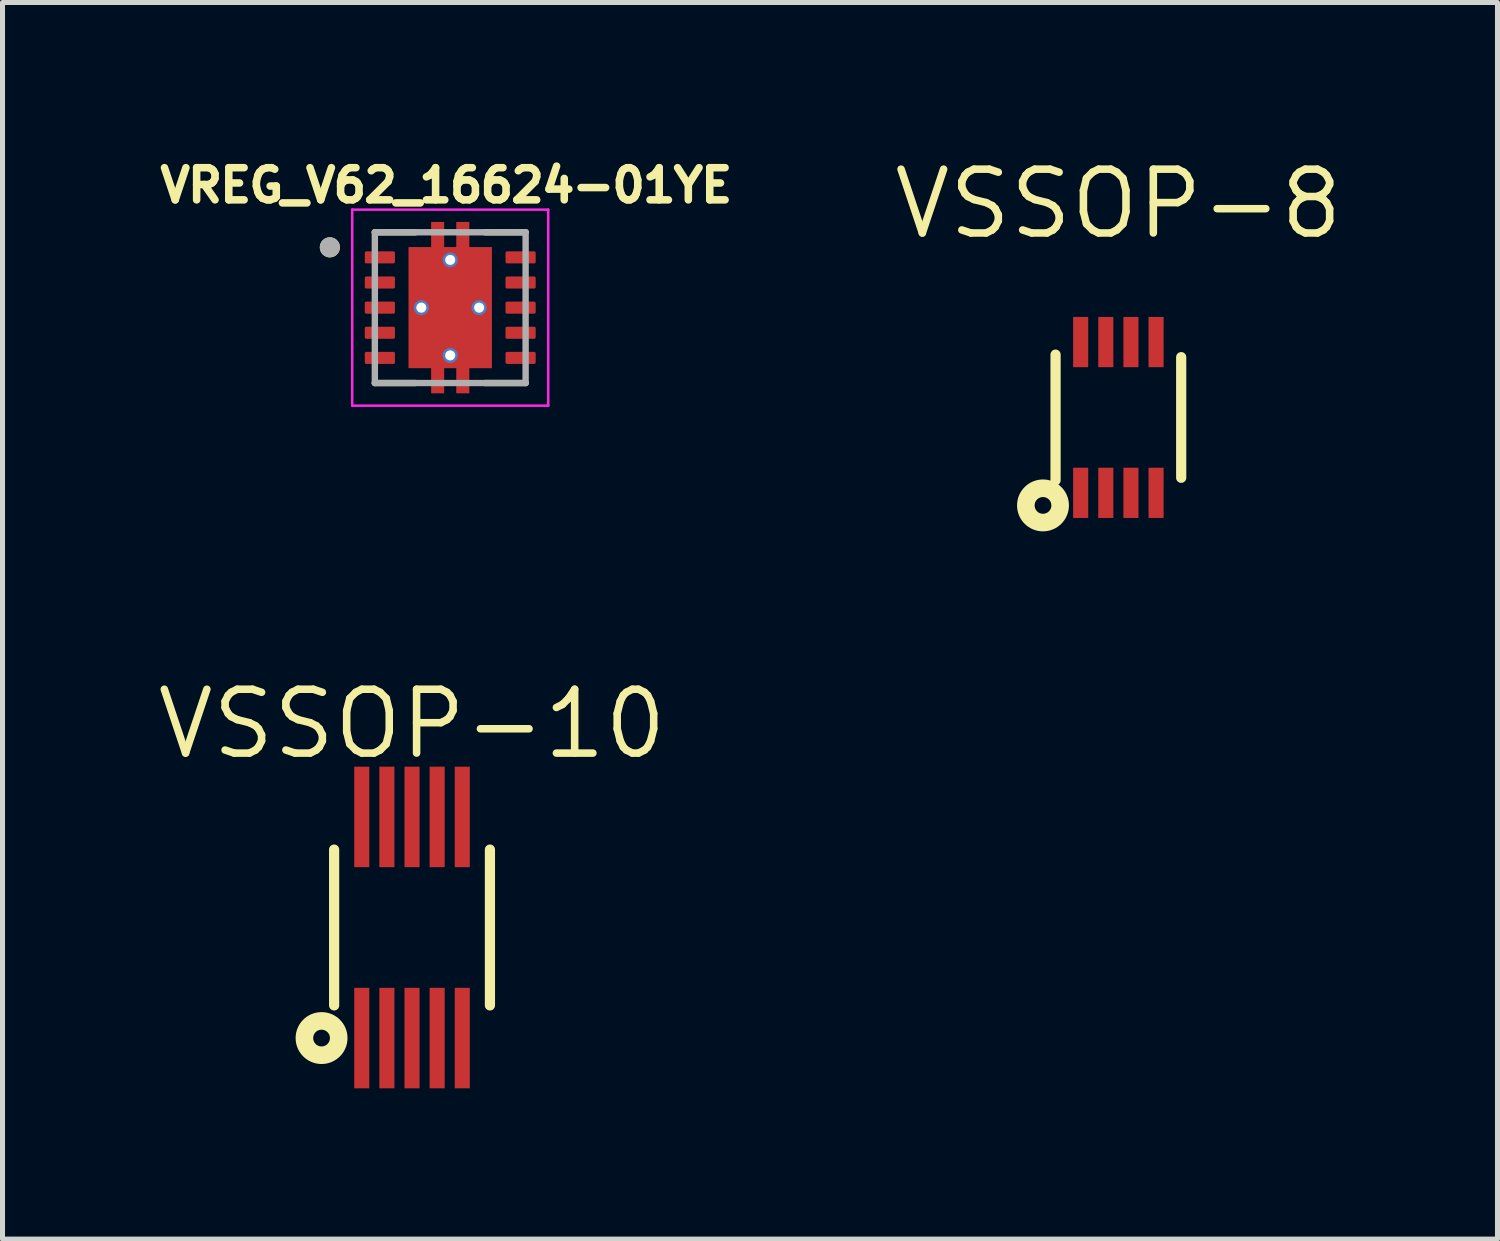
<source format=kicad_pcb>
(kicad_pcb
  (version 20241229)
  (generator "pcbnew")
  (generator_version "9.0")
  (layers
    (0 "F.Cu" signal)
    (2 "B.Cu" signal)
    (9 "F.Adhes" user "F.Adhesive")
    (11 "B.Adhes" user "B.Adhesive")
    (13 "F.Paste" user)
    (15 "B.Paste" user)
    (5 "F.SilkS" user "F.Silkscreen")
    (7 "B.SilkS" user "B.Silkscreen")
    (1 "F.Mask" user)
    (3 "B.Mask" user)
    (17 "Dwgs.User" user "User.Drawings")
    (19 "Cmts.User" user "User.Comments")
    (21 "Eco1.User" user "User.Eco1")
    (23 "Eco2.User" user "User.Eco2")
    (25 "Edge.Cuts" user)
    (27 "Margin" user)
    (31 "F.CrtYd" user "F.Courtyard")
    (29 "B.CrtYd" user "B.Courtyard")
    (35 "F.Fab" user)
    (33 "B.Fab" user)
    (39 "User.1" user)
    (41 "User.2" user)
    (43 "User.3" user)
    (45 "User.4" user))
  (footprint "VREG_V62_16624-01YE"
    (layer "F.Cu")
    (at 5.908 3.071)
    (property "Reference" "VREG_V62_16624-01YE" (at -0.078 -2.433 0) (layer "F.SilkS") (effects (font (size 0.64 0.64) (thickness 0.15))))
    (attr smd)
    (fp_poly (pts (xy -1.77 -1.19) (xy -1.03 -1.19) (xy -1.03 -0.81) (xy -1.77 -0.81)) (stroke (width 0.01) (type solid)) (fill yes) (layer "F.Mask"))
    (fp_poly (pts (xy -1.77 -0.69) (xy -1.03 -0.69) (xy -1.03 -0.31) (xy -1.77 -0.31)) (stroke (width 0.01) (type solid)) (fill yes) (layer "F.Mask"))
    (fp_poly (pts (xy -1.77 -0.19) (xy -1.03 -0.19) (xy -1.03 0.19) (xy -1.77 0.19)) (stroke (width 0.01) (type solid)) (fill yes) (layer "F.Mask"))
    (fp_poly (pts (xy -1.77 0.31) (xy -1.03 0.31) (xy -1.03 0.69) (xy -1.77 0.69)) (stroke (width 0.01) (type solid)) (fill yes) (layer "F.Mask"))
    (fp_poly (pts (xy -1.77 0.81) (xy -1.03 0.81) (xy -1.03 1.19) (xy -1.77 1.19)) (stroke (width 0.01) (type solid)) (fill yes) (layer "F.Mask"))
    (fp_poly (pts (xy 1.03 -1.19) (xy 1.77 -1.19) (xy 1.77 -0.81) (xy 1.03 -0.81)) (stroke (width 0.01) (type solid)) (fill yes) (layer "F.Mask"))
    (fp_poly (pts (xy 1.03 -0.69) (xy 1.77 -0.69) (xy 1.77 -0.31) (xy 1.03 -0.31)) (stroke (width 0.01) (type solid)) (fill yes) (layer "F.Mask"))
    (fp_poly (pts (xy 1.03 -0.19) (xy 1.77 -0.19) (xy 1.77 0.19) (xy 1.03 0.19)) (stroke (width 0.01) (type solid)) (fill yes) (layer "F.Mask"))
    (fp_poly (pts (xy 1.03 0.31) (xy 1.77 0.31) (xy 1.77 0.69) (xy 1.03 0.69)) (stroke (width 0.01) (type solid)) (fill yes) (layer "F.Mask"))
    (fp_poly (pts (xy 1.03 0.81) (xy 1.77 0.81) (xy 1.77 1.19) (xy 1.03 1.19)) (stroke (width 0.01) (type solid)) (fill yes) (layer "F.Mask"))
    (fp_poly (pts (xy -0.895 -1.27) (xy -0.445 -1.27) (xy -0.445 -1.77) (xy -0.055 -1.77) (xy -0.055 -1.27) (xy 0.055 -1.27) (xy 0.055 -1.77) (xy 0.445 -1.77) (xy 0.445 -1.27) (xy 0.895 -1.27) (xy 0.895 1.27) (xy 0.445 1.27) (xy 0.445 1.77) (xy 0.055 1.77) (xy 0.055 1.27) (xy -0.055 1.27) (xy -0.055 1.77) (xy -0.445 1.77) (xy -0.445 1.27) (xy -0.895 1.27)) (stroke (width 0.01) (type solid)) (fill yes) (layer "F.Mask"))
    (fp_line (start -1.5 -1.5) (end -0.695 -1.5) (stroke (width 0.127) (type solid)) (layer "F.SilkS"))
    (fp_line (start -1.5 1.5) (end -0.695 1.5) (stroke (width 0.127) (type solid)) (layer "F.SilkS"))
    (fp_line (start 0.695 -1.5) (end 1.5 -1.5) (stroke (width 0.127) (type solid)) (layer "F.SilkS"))
    (fp_line (start 0.695 1.5) (end 1.5 1.5) (stroke (width 0.127) (type solid)) (layer "F.SilkS"))
    (fp_circle (center -2.395 -1.2) (end -2.295 -1.2) (stroke (width 0.2) (type solid)) (fill no) (layer "F.SilkS"))
    (fp_poly (pts (xy -0.75 -1.16) (xy 0.75 -1.16) (xy 0.75 -0.1) (xy -0.75 -0.1)) (stroke (width 0.01) (type solid)) (fill yes) (layer "F.Paste"))
    (fp_poly (pts (xy -0.75 0.1) (xy 0.75 0.1) (xy 0.75 1.16) (xy -0.75 1.16)) (stroke (width 0.01) (type solid)) (fill yes) (layer "F.Paste"))
    (fp_poly (pts (xy -0.375 -1.7) (xy -0.125 -1.7) (xy -0.125 -1.36) (xy -0.375 -1.36)) (stroke (width 0.01) (type solid)) (fill yes) (layer "F.Paste"))
    (fp_poly (pts (xy -0.375 1.36) (xy -0.125 1.36) (xy -0.125 1.7) (xy -0.375 1.7)) (stroke (width 0.01) (type solid)) (fill yes) (layer "F.Paste"))
    (fp_poly (pts (xy 0.125 -1.7) (xy 0.375 -1.7) (xy 0.375 -1.36) (xy 0.125 -1.36)) (stroke (width 0.01) (type solid)) (fill yes) (layer "F.Paste"))
    (fp_poly (pts (xy 0.125 1.36) (xy 0.375 1.36) (xy 0.375 1.7) (xy 0.125 1.7)) (stroke (width 0.01) (type solid)) (fill yes) (layer "F.Paste"))
    (fp_line (start -1.95 -1.95) (end -1.95 1.95) (stroke (width 0.05) (type solid)) (layer "F.CrtYd"))
    (fp_line (start -1.95 -1.95) (end 1.95 -1.95) (stroke (width 0.05) (type solid)) (layer "F.CrtYd"))
    (fp_line (start -1.95 1.95) (end 1.95 1.95) (stroke (width 0.05) (type solid)) (layer "F.CrtYd"))
    (fp_line (start 1.95 -1.95) (end 1.95 1.95) (stroke (width 0.05) (type solid)) (layer "F.CrtYd"))
    (fp_line (start -1.5 -1.5) (end -1.5 1.5) (stroke (width 0.127) (type solid)) (layer "F.Fab"))
    (fp_line (start -1.5 -1.5) (end 1.5 -1.5) (stroke (width 0.127) (type solid)) (layer "F.Fab"))
    (fp_line (start -1.5 1.5) (end 1.5 1.5) (stroke (width 0.127) (type solid)) (layer "F.Fab"))
    (fp_line (start 1.5 -1.5) (end 1.5 1.5) (stroke (width 0.127) (type solid)) (layer "F.Fab"))
    (fp_circle (center -2.395 -1.2) (end -2.295 -1.2) (stroke (width 0.2) (type solid)) (fill no) (layer "F.Fab"))
    (pad "1" smd roundrect (at -1.4 -1) (size 0.6 0.24) (layers "F.Cu" "F.Paste") (roundrect_rratio 0.125))
    (pad "2" smd roundrect (at -1.4 -0.5) (size 0.6 0.24) (layers "F.Cu" "F.Paste") (roundrect_rratio 0.125))
    (pad "3" smd roundrect (at -1.4 0) (size 0.6 0.24) (layers "F.Cu" "F.Paste") (roundrect_rratio 0.125))
    (pad "4" smd roundrect (at -1.4 0.5) (size 0.6 0.24) (layers "F.Cu" "F.Paste") (roundrect_rratio 0.125))
    (pad "5" smd roundrect (at -1.4 1) (size 0.6 0.24) (layers "F.Cu" "F.Paste") (roundrect_rratio 0.125))
    (pad "6" smd roundrect (at 1.4 1) (size 0.6 0.24) (layers "F.Cu" "F.Paste") (roundrect_rratio 0.125))
    (pad "7" smd roundrect (at 1.4 0.5) (size 0.6 0.24) (layers "F.Cu" "F.Paste") (roundrect_rratio 0.125))
    (pad "8" smd roundrect (at 1.4 0) (size 0.6 0.24) (layers "F.Cu" "F.Paste") (roundrect_rratio 0.125))
    (pad "9" smd roundrect (at 1.4 -0.5) (size 0.6 0.24) (layers "F.Cu" "F.Paste") (roundrect_rratio 0.125))
    (pad "10" smd roundrect (at 1.4 -1) (size 0.6 0.24) (layers "F.Cu" "F.Paste") (roundrect_rratio 0.125))
    (pad "11" thru_hole circle (at -0.575 0) (size 0.3 0.3) (drill 0.2) (layers "*.Cu"))
    (pad "11" thru_hole circle (at 0 -0.95) (size 0.3 0.3) (drill 0.2) (layers "*.Cu"))
    (pad "11" smd custom (at 0 0) (size 1.65 2.4) (layers "F.Cu") (options (anchor rect)) (primitives (gr_poly (pts (xy -0.825 -1.2) (xy -0.375 -1.2) (xy -0.375 -1.7) (xy -0.125 -1.7) (xy -0.125 -1.2) (xy 0.125 -1.2) (xy 0.125 -1.7) (xy 0.375 -1.7) (xy 0.375 -1.2) (xy 0.825 -1.2) (xy 0.825 1.2) (xy 0.375 1.2) (xy 0.375 1.7) (xy 0.125 1.7) (xy 0.125 1.2) (xy -0.125 1.2) (xy -0.125 1.7) (xy -0.375 1.7) (xy -0.375 1.2) (xy -0.825 1.2)) (width 0.01) (fill yes))))
    (pad "11" thru_hole circle (at 0 0.95) (size 0.3 0.3) (drill 0.2) (layers "*.Cu"))
    (pad "11" thru_hole circle (at 0.575 0) (size 0.3 0.3) (drill 0.2) (layers "*.Cu")))
  (footprint "VSSOP-10"
    (layer "F.Cu")
    (at 5.148 15.404)
    (property "Reference" "VSSOP-10" (at 0 -4.05 0) (layer "F.SilkS") (effects (font (size 1.27 1.27) (thickness 0.15))))
    (attr through_hole)
    (fp_line (start -1.55 1.55) (end -1.55 -1.55) (stroke (width 0.203) (type solid)) (layer "F.SilkS"))
    (fp_line (start 1.55 1.55) (end 1.55 -1.55) (stroke (width 0.203) (type solid)) (layer "F.SilkS"))
    (fp_circle (center -1.8 2.2) (end -1.66 2.29) (stroke (width 0.35) (type solid)) (fill no) (layer "F.SilkS"))
    (pad "1" smd rect (at -1 2.2) (size 0.3 2) (layers "F.Cu" "F.Mask" "F.Paste"))
    (pad "2" smd rect (at -0.5 2.2) (size 0.3 2) (layers "F.Cu" "F.Mask" "F.Paste"))
    (pad "3" smd rect (at 0 2.2) (size 0.3 2) (layers "F.Cu" "F.Mask" "F.Paste"))
    (pad "4" smd rect (at 0.5 2.2) (size 0.3 2) (layers "F.Cu" "F.Mask" "F.Paste"))
    (pad "5" smd rect (at 1 2.2) (size 0.3 2) (layers "F.Cu" "F.Mask" "F.Paste"))
    (pad "6" smd rect (at 1 -2.2) (size 0.3 2) (layers "F.Cu" "F.Mask" "F.Paste"))
    (pad "7" smd rect (at 0.5 -2.2) (size 0.3 2) (layers "F.Cu" "F.Mask" "F.Paste"))
    (pad "8" smd rect (at 0 -2.2) (size 0.3 2) (layers "F.Cu" "F.Mask" "F.Paste"))
    (pad "9" smd rect (at -0.5 -2.2) (size 0.3 2) (layers "F.Cu" "F.Mask" "F.Paste"))
    (pad "10" smd rect (at -1 -2.2) (size 0.3 2) (layers "F.Cu" "F.Mask" "F.Paste")))
  (footprint "VSSOP-8"
    (layer "F.Cu")
    (at 19.202 5.256)
    (property "Reference" "VSSOP-8" (at 0 -4.25 0) (layer "F.SilkS") (effects (font (size 1.27 1.27) (thickness 0.15))))
    (attr through_hole)
    (fp_line (start -1.25 1.25) (end -1.25 -1.25) (stroke (width 0.203) (type solid)) (layer "F.SilkS"))
    (fp_line (start 1.25 1.2) (end 1.25 -1.2) (stroke (width 0.203) (type solid)) (layer "F.SilkS"))
    (fp_circle (center -1.5 1.75) (end -1.36 1.84) (stroke (width 0.35) (type solid)) (fill no) (layer "F.SilkS"))
    (pad "1" smd rect (at -0.75 1.5) (size 0.3 1) (layers "F.Cu" "F.Mask" "F.Paste"))
    (pad "2" smd rect (at -0.25 1.5) (size 0.3 1) (layers "F.Cu" "F.Mask" "F.Paste"))
    (pad "3" smd rect (at 0.25 1.5) (size 0.3 1) (layers "F.Cu" "F.Mask" "F.Paste"))
    (pad "4" smd rect (at 0.75 1.5) (size 0.3 1) (layers "F.Cu" "F.Mask" "F.Paste"))
    (pad "5" smd rect (at 0.75 -1.5) (size 0.3 1) (layers "F.Cu" "F.Mask" "F.Paste"))
    (pad "6" smd rect (at 0.25 -1.5) (size 0.3 1) (layers "F.Cu" "F.Mask" "F.Paste"))
    (pad "7" smd rect (at -0.25 -1.5) (size 0.3 1) (layers "F.Cu" "F.Mask" "F.Paste"))
    (pad "8" smd rect (at -0.75 -1.5) (size 0.3 1) (layers "F.Cu" "F.Mask" "F.Paste")))
  (gr_rect
    (start -3 -3)
    (end 26.745 21.604)
    (stroke (width 0.1) (type default))
    (fill no)
    (layer "Edge.Cuts")))
</source>
